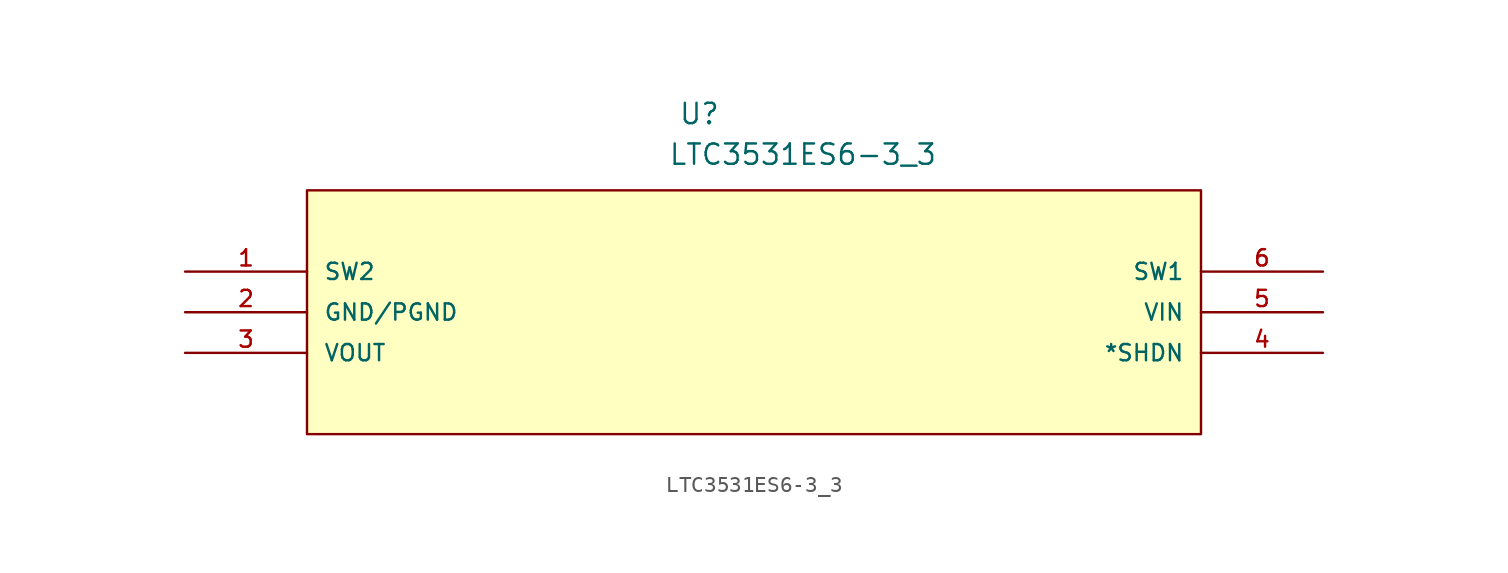
<source format=kicad_sym>
(kicad_symbol_lib
  (version 20211014)
  (generator kicad_symbol_editor)
  (symbol "LTC3531ES6-3_3"
    (pin_names
      (offset 1.016))
    (property "Reference" "U"
      (at 30.836 9.119 0.0)
      (effects (font (size 1.27 1.27)) (justify bottom left)))
    (property "Value" "LTC3531ES6-3_3"
      (at 30.201 6.579 0.0)
      (effects (font (size 1.27 1.27)) (justify bottom left)))
    (symbol "LTC3531ES6-3_3_0_0"
      (rectangle (start 7.62 -10.16) (end 63.5 5.08) (stroke (width 0.152)) (fill (type background)))
      (pin passive line (at 0.0 0.0 0) (length 7.62) (name "SW2" (effects (font (size 1.016 1.016)))) (number "1" (effects (font (size 1.016 1.016)))))
      (pin power_in line (at 0.0 -2.54 0) (length 7.62) (name "GND/PGND" (effects (font (size 1.016 1.016)))) (number "2" (effects (font (size 1.016 1.016)))))
      (pin output line (at 0.0 -5.08 0) (length 7.62) (name "VOUT" (effects (font (size 1.016 1.016)))) (number "3" (effects (font (size 1.016 1.016)))))
      (pin passive line (at 71.12 -5.08 180.0) (length 7.62) (name "*SHDN" (effects (font (size 1.016 1.016)))) (number "4" (effects (font (size 1.016 1.016)))))
      (pin input line (at 71.12 -2.54 180.0) (length 7.62) (name "VIN" (effects (font (size 1.016 1.016)))) (number "5" (effects (font (size 1.016 1.016)))))
      (pin passive line (at 71.12 0.0 180.0) (length 7.62) (name "SW1" (effects (font (size 1.016 1.016)))) (number "6" (effects (font (size 1.016 1.016))))))))
</source>
